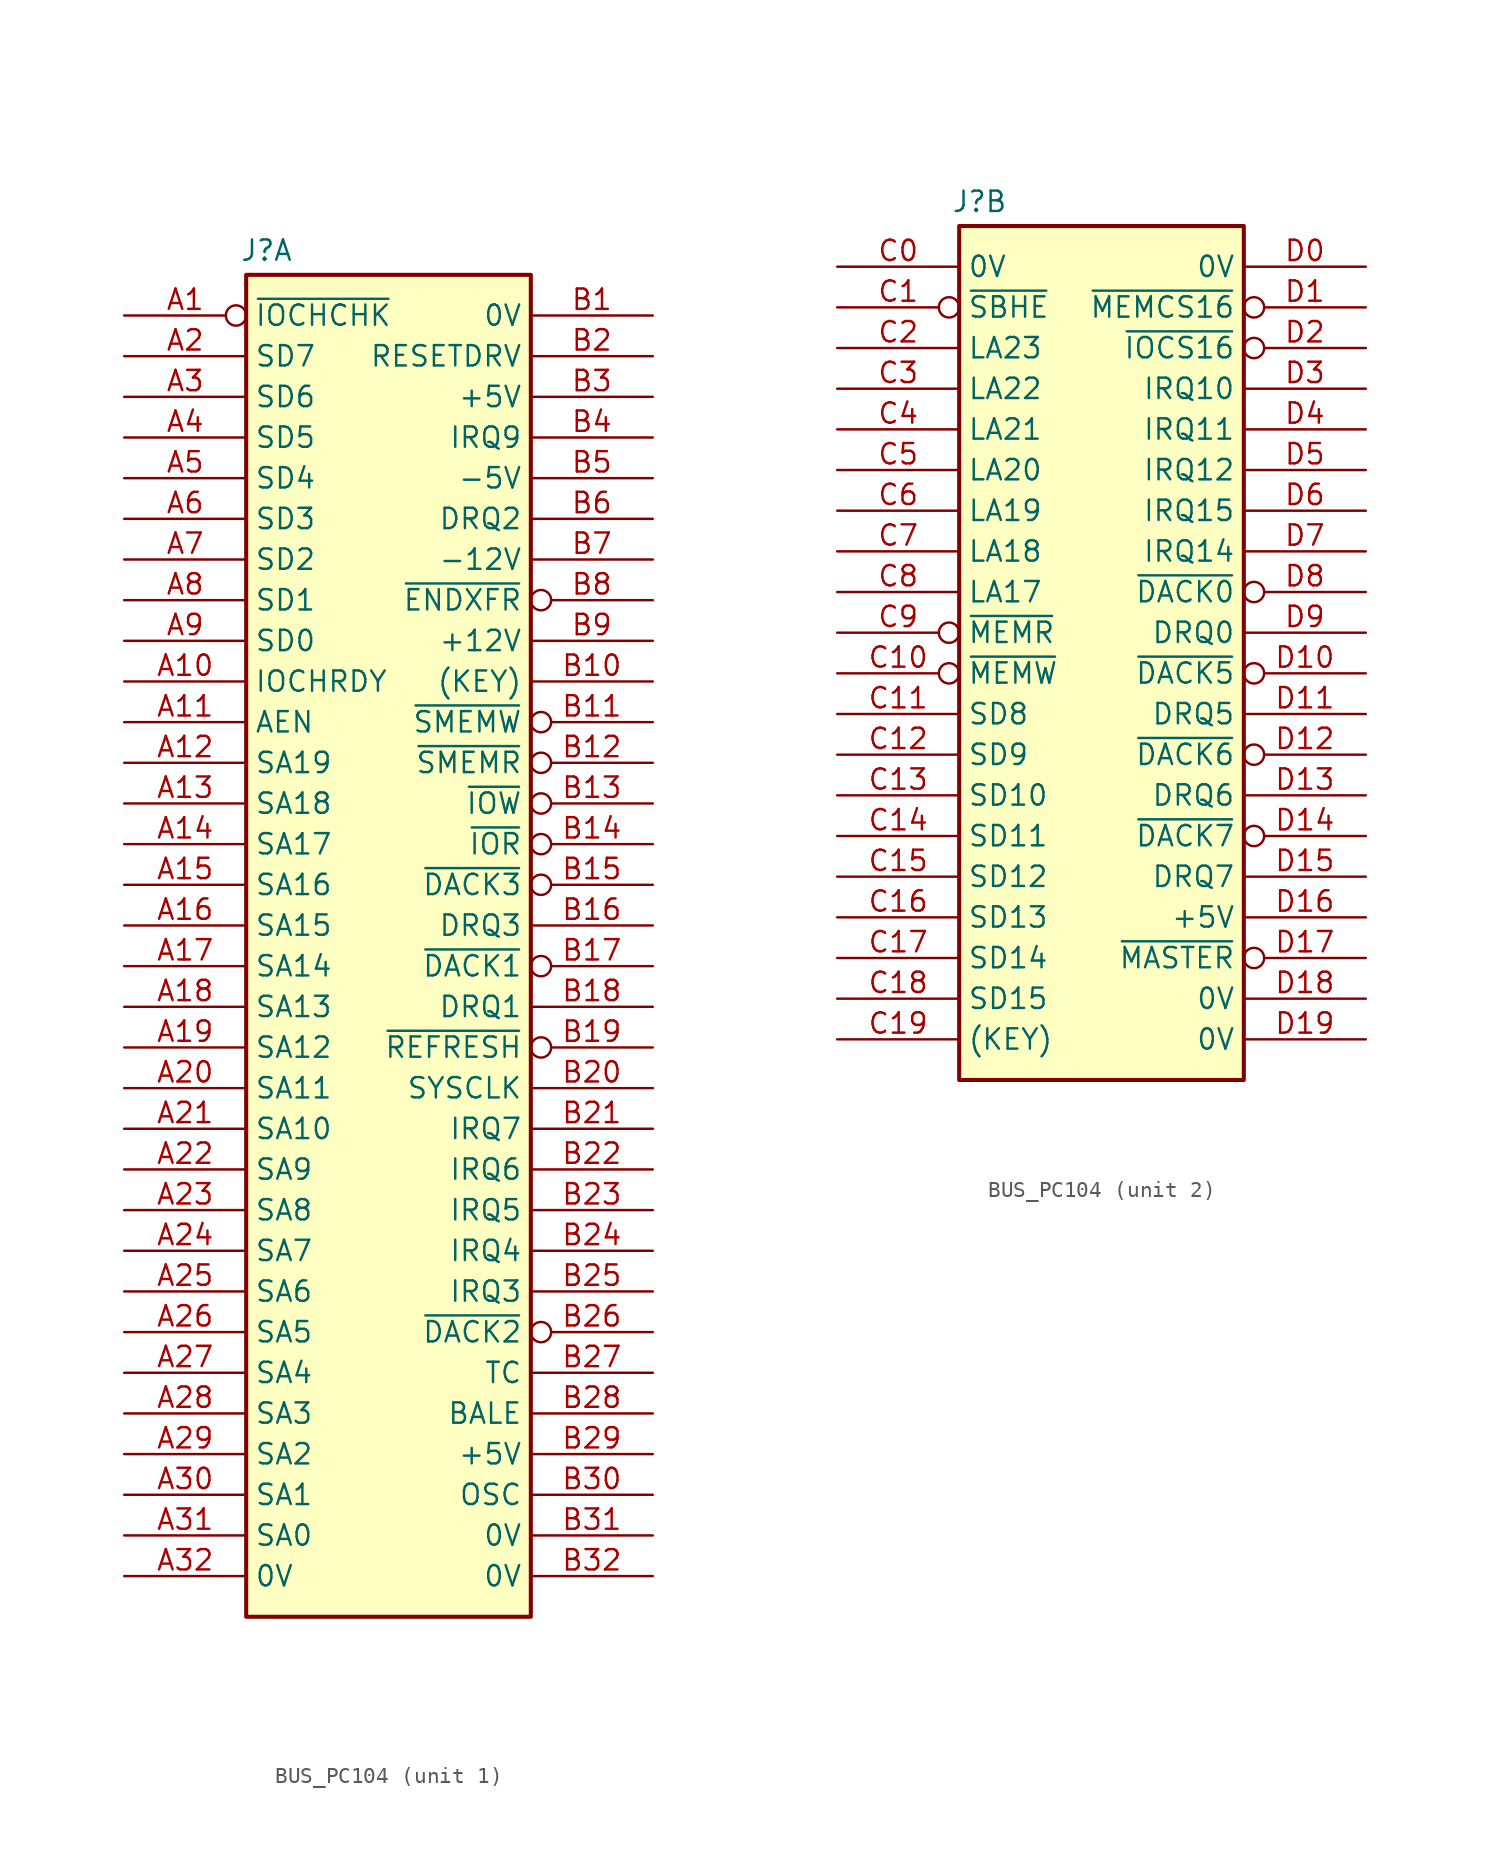
<source format=kicad_sym>
(kicad_symbol_lib
  (version 20231120)
  (generator "kicad_symbol_editor")
  (generator_version "8.0")
  (symbol "BUS_PC104"
    (property "Reference" "J"
      (at 1.27 1.524 0)
      (effects (font (size 1.27 1.27))))
    (property "MPN" ""
      (at 6.858 4.064 0)
      (effects (font (size 1.27 1.27))))
    (property "ki_locked" ""
      (at 0 0 0)
      (effects (font (size 1.27 1.27))))
    (symbol "BUS_PC104_1_1"
      (rectangle (start 0 0) (end 17.78 -83.82) (stroke (width 0.254) (type default)) (fill (type background)))
      (pin passive inverted (at -7.62 -2.54 0) (length 7.62) (name "~{IOCHCHK}" (effects (font (size 1.27 1.27)))) (number "A1" (effects (font (size 1.27 1.27)))))
      (pin passive line (at -7.62 -25.4 0) (length 7.62) (name "IOCHRDY" (effects (font (size 1.27 1.27)))) (number "A10" (effects (font (size 1.27 1.27)))))
      (pin passive line (at -7.62 -27.94 0) (length 7.62) (name "AEN" (effects (font (size 1.27 1.27)))) (number "A11" (effects (font (size 1.27 1.27)))))
      (pin passive line (at -7.62 -30.48 0) (length 7.62) (name "SA19" (effects (font (size 1.27 1.27)))) (number "A12" (effects (font (size 1.27 1.27)))))
      (pin passive line (at -7.62 -33.02 0) (length 7.62) (name "SA18" (effects (font (size 1.27 1.27)))) (number "A13" (effects (font (size 1.27 1.27)))))
      (pin passive line (at -7.62 -35.56 0) (length 7.62) (name "SA17" (effects (font (size 1.27 1.27)))) (number "A14" (effects (font (size 1.27 1.27)))))
      (pin passive line (at -7.62 -38.1 0) (length 7.62) (name "SA16" (effects (font (size 1.27 1.27)))) (number "A15" (effects (font (size 1.27 1.27)))))
      (pin passive line (at -7.62 -40.64 0) (length 7.62) (name "SA15" (effects (font (size 1.27 1.27)))) (number "A16" (effects (font (size 1.27 1.27)))))
      (pin passive line (at -7.62 -43.18 0) (length 7.62) (name "SA14" (effects (font (size 1.27 1.27)))) (number "A17" (effects (font (size 1.27 1.27)))))
      (pin passive line (at -7.62 -45.72 0) (length 7.62) (name "SA13" (effects (font (size 1.27 1.27)))) (number "A18" (effects (font (size 1.27 1.27)))))
      (pin passive line (at -7.62 -48.26 0) (length 7.62) (name "SA12" (effects (font (size 1.27 1.27)))) (number "A19" (effects (font (size 1.27 1.27)))))
      (pin passive line (at -7.62 -5.08 0) (length 7.62) (name "SD7" (effects (font (size 1.27 1.27)))) (number "A2" (effects (font (size 1.27 1.27)))))
      (pin passive line (at -7.62 -50.8 0) (length 7.62) (name "SA11" (effects (font (size 1.27 1.27)))) (number "A20" (effects (font (size 1.27 1.27)))))
      (pin passive line (at -7.62 -53.34 0) (length 7.62) (name "SA10" (effects (font (size 1.27 1.27)))) (number "A21" (effects (font (size 1.27 1.27)))))
      (pin passive line (at -7.62 -55.88 0) (length 7.62) (name "SA9" (effects (font (size 1.27 1.27)))) (number "A22" (effects (font (size 1.27 1.27)))))
      (pin passive line (at -7.62 -58.42 0) (length 7.62) (name "SA8" (effects (font (size 1.27 1.27)))) (number "A23" (effects (font (size 1.27 1.27)))))
      (pin passive line (at -7.62 -60.96 0) (length 7.62) (name "SA7" (effects (font (size 1.27 1.27)))) (number "A24" (effects (font (size 1.27 1.27)))))
      (pin passive line (at -7.62 -63.5 0) (length 7.62) (name "SA6" (effects (font (size 1.27 1.27)))) (number "A25" (effects (font (size 1.27 1.27)))))
      (pin passive line (at -7.62 -66.04 0) (length 7.62) (name "SA5" (effects (font (size 1.27 1.27)))) (number "A26" (effects (font (size 1.27 1.27)))))
      (pin passive line (at -7.62 -68.58 0) (length 7.62) (name "SA4" (effects (font (size 1.27 1.27)))) (number "A27" (effects (font (size 1.27 1.27)))))
      (pin passive line (at -7.62 -71.12 0) (length 7.62) (name "SA3" (effects (font (size 1.27 1.27)))) (number "A28" (effects (font (size 1.27 1.27)))))
      (pin passive line (at -7.62 -73.66 0) (length 7.62) (name "SA2" (effects (font (size 1.27 1.27)))) (number "A29" (effects (font (size 1.27 1.27)))))
      (pin passive line (at -7.62 -7.62 0) (length 7.62) (name "SD6" (effects (font (size 1.27 1.27)))) (number "A3" (effects (font (size 1.27 1.27)))))
      (pin passive line (at -7.62 -76.2 0) (length 7.62) (name "SA1" (effects (font (size 1.27 1.27)))) (number "A30" (effects (font (size 1.27 1.27)))))
      (pin passive line (at -7.62 -78.74 0) (length 7.62) (name "SA0" (effects (font (size 1.27 1.27)))) (number "A31" (effects (font (size 1.27 1.27)))))
      (pin passive line (at -7.62 -81.28 0) (length 7.62) (name "0V" (effects (font (size 1.27 1.27)))) (number "A32" (effects (font (size 1.27 1.27)))))
      (pin passive line (at -7.62 -10.16 0) (length 7.62) (name "SD5" (effects (font (size 1.27 1.27)))) (number "A4" (effects (font (size 1.27 1.27)))))
      (pin passive line (at -7.62 -12.7 0) (length 7.62) (name "SD4" (effects (font (size 1.27 1.27)))) (number "A5" (effects (font (size 1.27 1.27)))))
      (pin passive line (at -7.62 -15.24 0) (length 7.62) (name "SD3" (effects (font (size 1.27 1.27)))) (number "A6" (effects (font (size 1.27 1.27)))))
      (pin passive line (at -7.62 -17.78 0) (length 7.62) (name "SD2" (effects (font (size 1.27 1.27)))) (number "A7" (effects (font (size 1.27 1.27)))))
      (pin passive line (at -7.62 -20.32 0) (length 7.62) (name "SD1" (effects (font (size 1.27 1.27)))) (number "A8" (effects (font (size 1.27 1.27)))))
      (pin passive line (at -7.62 -22.86 0) (length 7.62) (name "SD0" (effects (font (size 1.27 1.27)))) (number "A9" (effects (font (size 1.27 1.27)))))
      (pin passive line (at 25.4 -2.54 180) (length 7.62) (name "0V" (effects (font (size 1.27 1.27)))) (number "B1" (effects (font (size 1.27 1.27)))))
      (pin passive line (at 25.4 -25.4 180) (length 7.62) (name "(KEY)" (effects (font (size 1.27 1.27)))) (number "B10" (effects (font (size 1.27 1.27)))))
      (pin passive inverted (at 25.4 -27.94 180) (length 7.62) (name "~{SMEMW}" (effects (font (size 1.27 1.27)))) (number "B11" (effects (font (size 1.27 1.27)))))
      (pin passive inverted (at 25.4 -30.48 180) (length 7.62) (name "~{SMEMR}" (effects (font (size 1.27 1.27)))) (number "B12" (effects (font (size 1.27 1.27)))))
      (pin passive inverted (at 25.4 -33.02 180) (length 7.62) (name "~{IOW}" (effects (font (size 1.27 1.27)))) (number "B13" (effects (font (size 1.27 1.27)))))
      (pin passive inverted (at 25.4 -35.56 180) (length 7.62) (name "~{IOR}" (effects (font (size 1.27 1.27)))) (number "B14" (effects (font (size 1.27 1.27)))))
      (pin passive inverted (at 25.4 -38.1 180) (length 7.62) (name "~{DACK3}" (effects (font (size 1.27 1.27)))) (number "B15" (effects (font (size 1.27 1.27)))))
      (pin passive line (at 25.4 -40.64 180) (length 7.62) (name "DRQ3" (effects (font (size 1.27 1.27)))) (number "B16" (effects (font (size 1.27 1.27)))))
      (pin passive inverted (at 25.4 -43.18 180) (length 7.62) (name "~{DACK1}" (effects (font (size 1.27 1.27)))) (number "B17" (effects (font (size 1.27 1.27)))))
      (pin passive line (at 25.4 -45.72 180) (length 7.62) (name "DRQ1" (effects (font (size 1.27 1.27)))) (number "B18" (effects (font (size 1.27 1.27)))))
      (pin passive inverted (at 25.4 -48.26 180) (length 7.62) (name "~{REFRESH}" (effects (font (size 1.27 1.27)))) (number "B19" (effects (font (size 1.27 1.27)))))
      (pin passive line (at 25.4 -5.08 180) (length 7.62) (name "RESETDRV" (effects (font (size 1.27 1.27)))) (number "B2" (effects (font (size 1.27 1.27)))))
      (pin passive line (at 25.4 -50.8 180) (length 7.62) (name "SYSCLK" (effects (font (size 1.27 1.27)))) (number "B20" (effects (font (size 1.27 1.27)))))
      (pin passive line (at 25.4 -53.34 180) (length 7.62) (name "IRQ7" (effects (font (size 1.27 1.27)))) (number "B21" (effects (font (size 1.27 1.27)))))
      (pin passive line (at 25.4 -55.88 180) (length 7.62) (name "IRQ6" (effects (font (size 1.27 1.27)))) (number "B22" (effects (font (size 1.27 1.27)))))
      (pin passive line (at 25.4 -58.42 180) (length 7.62) (name "IRQ5" (effects (font (size 1.27 1.27)))) (number "B23" (effects (font (size 1.27 1.27)))))
      (pin passive line (at 25.4 -60.96 180) (length 7.62) (name "IRQ4" (effects (font (size 1.27 1.27)))) (number "B24" (effects (font (size 1.27 1.27)))))
      (pin passive line (at 25.4 -63.5 180) (length 7.62) (name "IRQ3" (effects (font (size 1.27 1.27)))) (number "B25" (effects (font (size 1.27 1.27)))))
      (pin passive inverted (at 25.4 -66.04 180) (length 7.62) (name "~{DACK2}" (effects (font (size 1.27 1.27)))) (number "B26" (effects (font (size 1.27 1.27)))))
      (pin passive line (at 25.4 -68.58 180) (length 7.62) (name "TC" (effects (font (size 1.27 1.27)))) (number "B27" (effects (font (size 1.27 1.27)))))
      (pin passive line (at 25.4 -71.12 180) (length 7.62) (name "BALE" (effects (font (size 1.27 1.27)))) (number "B28" (effects (font (size 1.27 1.27)))))
      (pin passive line (at 25.4 -73.66 180) (length 7.62) (name "+5V" (effects (font (size 1.27 1.27)))) (number "B29" (effects (font (size 1.27 1.27)))))
      (pin passive line (at 25.4 -7.62 180) (length 7.62) (name "+5V" (effects (font (size 1.27 1.27)))) (number "B3" (effects (font (size 1.27 1.27)))))
      (pin passive line (at 25.4 -76.2 180) (length 7.62) (name "OSC" (effects (font (size 1.27 1.27)))) (number "B30" (effects (font (size 1.27 1.27)))))
      (pin passive line (at 25.4 -78.74 180) (length 7.62) (name "0V" (effects (font (size 1.27 1.27)))) (number "B31" (effects (font (size 1.27 1.27)))))
      (pin passive line (at 25.4 -81.28 180) (length 7.62) (name "0V" (effects (font (size 1.27 1.27)))) (number "B32" (effects (font (size 1.27 1.27)))))
      (pin passive line (at 25.4 -10.16 180) (length 7.62) (name "IRQ9" (effects (font (size 1.27 1.27)))) (number "B4" (effects (font (size 1.27 1.27)))))
      (pin passive line (at 25.4 -12.7 180) (length 7.62) (name "-5V" (effects (font (size 1.27 1.27)))) (number "B5" (effects (font (size 1.27 1.27)))))
      (pin passive line (at 25.4 -15.24 180) (length 7.62) (name "DRQ2" (effects (font (size 1.27 1.27)))) (number "B6" (effects (font (size 1.27 1.27)))))
      (pin passive line (at 25.4 -17.78 180) (length 7.62) (name "-12V" (effects (font (size 1.27 1.27)))) (number "B7" (effects (font (size 1.27 1.27)))))
      (pin passive inverted (at 25.4 -20.32 180) (length 7.62) (name "~{ENDXFR}" (effects (font (size 1.27 1.27)))) (number "B8" (effects (font (size 1.27 1.27)))))
      (pin passive line (at 25.4 -22.86 180) (length 7.62) (name "+12V" (effects (font (size 1.27 1.27)))) (number "B9" (effects (font (size 1.27 1.27))))))
    (symbol "BUS_PC104_2_1"
      (rectangle (start 0 0) (end 17.78 -53.34) (stroke (width 0.254) (type default)) (fill (type background)))
      (pin passive line (at -7.62 -2.54 0) (length 7.62) (name "0V" (effects (font (size 1.27 1.27)))) (number "C0" (effects (font (size 1.27 1.27)))))
      (pin passive inverted (at -7.62 -5.08 0) (length 7.62) (name "~{SBHE}" (effects (font (size 1.27 1.27)))) (number "C1" (effects (font (size 1.27 1.27)))))
      (pin passive inverted (at -7.62 -27.94 0) (length 7.62) (name "~{MEMW}" (effects (font (size 1.27 1.27)))) (number "C10" (effects (font (size 1.27 1.27)))))
      (pin passive line (at -7.62 -30.48 0) (length 7.62) (name "SD8" (effects (font (size 1.27 1.27)))) (number "C11" (effects (font (size 1.27 1.27)))))
      (pin passive line (at -7.62 -33.02 0) (length 7.62) (name "SD9" (effects (font (size 1.27 1.27)))) (number "C12" (effects (font (size 1.27 1.27)))))
      (pin passive line (at -7.62 -35.56 0) (length 7.62) (name "SD10" (effects (font (size 1.27 1.27)))) (number "C13" (effects (font (size 1.27 1.27)))))
      (pin passive line (at -7.62 -38.1 0) (length 7.62) (name "SD11" (effects (font (size 1.27 1.27)))) (number "C14" (effects (font (size 1.27 1.27)))))
      (pin passive line (at -7.62 -40.64 0) (length 7.62) (name "SD12" (effects (font (size 1.27 1.27)))) (number "C15" (effects (font (size 1.27 1.27)))))
      (pin passive line (at -7.62 -43.18 0) (length 7.62) (name "SD13" (effects (font (size 1.27 1.27)))) (number "C16" (effects (font (size 1.27 1.27)))))
      (pin passive line (at -7.62 -45.72 0) (length 7.62) (name "SD14" (effects (font (size 1.27 1.27)))) (number "C17" (effects (font (size 1.27 1.27)))))
      (pin passive line (at -7.62 -48.26 0) (length 7.62) (name "SD15" (effects (font (size 1.27 1.27)))) (number "C18" (effects (font (size 1.27 1.27)))))
      (pin passive line (at -7.62 -50.8 0) (length 7.62) (name "(KEY)" (effects (font (size 1.27 1.27)))) (number "C19" (effects (font (size 1.27 1.27)))))
      (pin passive line (at -7.62 -7.62 0) (length 7.62) (name "LA23" (effects (font (size 1.27 1.27)))) (number "C2" (effects (font (size 1.27 1.27)))))
      (pin passive line (at -7.62 -10.16 0) (length 7.62) (name "LA22" (effects (font (size 1.27 1.27)))) (number "C3" (effects (font (size 1.27 1.27)))))
      (pin passive line (at -7.62 -12.7 0) (length 7.62) (name "LA21" (effects (font (size 1.27 1.27)))) (number "C4" (effects (font (size 1.27 1.27)))))
      (pin passive line (at -7.62 -15.24 0) (length 7.62) (name "LA20" (effects (font (size 1.27 1.27)))) (number "C5" (effects (font (size 1.27 1.27)))))
      (pin passive line (at -7.62 -17.78 0) (length 7.62) (name "LA19" (effects (font (size 1.27 1.27)))) (number "C6" (effects (font (size 1.27 1.27)))))
      (pin passive line (at -7.62 -20.32 0) (length 7.62) (name "LA18" (effects (font (size 1.27 1.27)))) (number "C7" (effects (font (size 1.27 1.27)))))
      (pin passive line (at -7.62 -22.86 0) (length 7.62) (name "LA17" (effects (font (size 1.27 1.27)))) (number "C8" (effects (font (size 1.27 1.27)))))
      (pin passive inverted (at -7.62 -25.4 0) (length 7.62) (name "~{MEMR}" (effects (font (size 1.27 1.27)))) (number "C9" (effects (font (size 1.27 1.27)))))
      (pin passive line (at 25.4 -2.54 180) (length 7.62) (name "0V" (effects (font (size 1.27 1.27)))) (number "D0" (effects (font (size 1.27 1.27)))))
      (pin passive inverted (at 25.4 -5.08 180) (length 7.62) (name "~{MEMCS16}" (effects (font (size 1.27 1.27)))) (number "D1" (effects (font (size 1.27 1.27)))))
      (pin passive inverted (at 25.4 -27.94 180) (length 7.62) (name "~{DACK5}" (effects (font (size 1.27 1.27)))) (number "D10" (effects (font (size 1.27 1.27)))))
      (pin passive line (at 25.4 -30.48 180) (length 7.62) (name "DRQ5" (effects (font (size 1.27 1.27)))) (number "D11" (effects (font (size 1.27 1.27)))))
      (pin passive inverted (at 25.4 -33.02 180) (length 7.62) (name "~{DACK6}" (effects (font (size 1.27 1.27)))) (number "D12" (effects (font (size 1.27 1.27)))))
      (pin passive line (at 25.4 -35.56 180) (length 7.62) (name "DRQ6" (effects (font (size 1.27 1.27)))) (number "D13" (effects (font (size 1.27 1.27)))))
      (pin passive inverted (at 25.4 -38.1 180) (length 7.62) (name "~{DACK7}" (effects (font (size 1.27 1.27)))) (number "D14" (effects (font (size 1.27 1.27)))))
      (pin passive line (at 25.4 -40.64 180) (length 7.62) (name "DRQ7" (effects (font (size 1.27 1.27)))) (number "D15" (effects (font (size 1.27 1.27)))))
      (pin passive line (at 25.4 -43.18 180) (length 7.62) (name "+5V" (effects (font (size 1.27 1.27)))) (number "D16" (effects (font (size 1.27 1.27)))))
      (pin passive inverted (at 25.4 -45.72 180) (length 7.62) (name "~{MASTER}" (effects (font (size 1.27 1.27)))) (number "D17" (effects (font (size 1.27 1.27)))))
      (pin passive line (at 25.4 -48.26 180) (length 7.62) (name "0V" (effects (font (size 1.27 1.27)))) (number "D18" (effects (font (size 1.27 1.27)))))
      (pin passive line (at 25.4 -50.8 180) (length 7.62) (name "0V" (effects (font (size 1.27 1.27)))) (number "D19" (effects (font (size 1.27 1.27)))))
      (pin passive inverted (at 25.4 -7.62 180) (length 7.62) (name "~{IOCS16}" (effects (font (size 1.27 1.27)))) (number "D2" (effects (font (size 1.27 1.27)))))
      (pin passive line (at 25.4 -10.16 180) (length 7.62) (name "IRQ10" (effects (font (size 1.27 1.27)))) (number "D3" (effects (font (size 1.27 1.27)))))
      (pin passive line (at 25.4 -12.7 180) (length 7.62) (name "IRQ11" (effects (font (size 1.27 1.27)))) (number "D4" (effects (font (size 1.27 1.27)))))
      (pin passive line (at 25.4 -15.24 180) (length 7.62) (name "IRQ12" (effects (font (size 1.27 1.27)))) (number "D5" (effects (font (size 1.27 1.27)))))
      (pin passive line (at 25.4 -17.78 180) (length 7.62) (name "IRQ15" (effects (font (size 1.27 1.27)))) (number "D6" (effects (font (size 1.27 1.27)))))
      (pin passive line (at 25.4 -20.32 180) (length 7.62) (name "IRQ14" (effects (font (size 1.27 1.27)))) (number "D7" (effects (font (size 1.27 1.27)))))
      (pin passive inverted (at 25.4 -22.86 180) (length 7.62) (name "~{DACK0}" (effects (font (size 1.27 1.27)))) (number "D8" (effects (font (size 1.27 1.27)))))
      (pin passive line (at 25.4 -25.4 180) (length 7.62) (name "DRQ0" (effects (font (size 1.27 1.27)))) (number "D9" (effects (font (size 1.27 1.27))))))))
</source>
